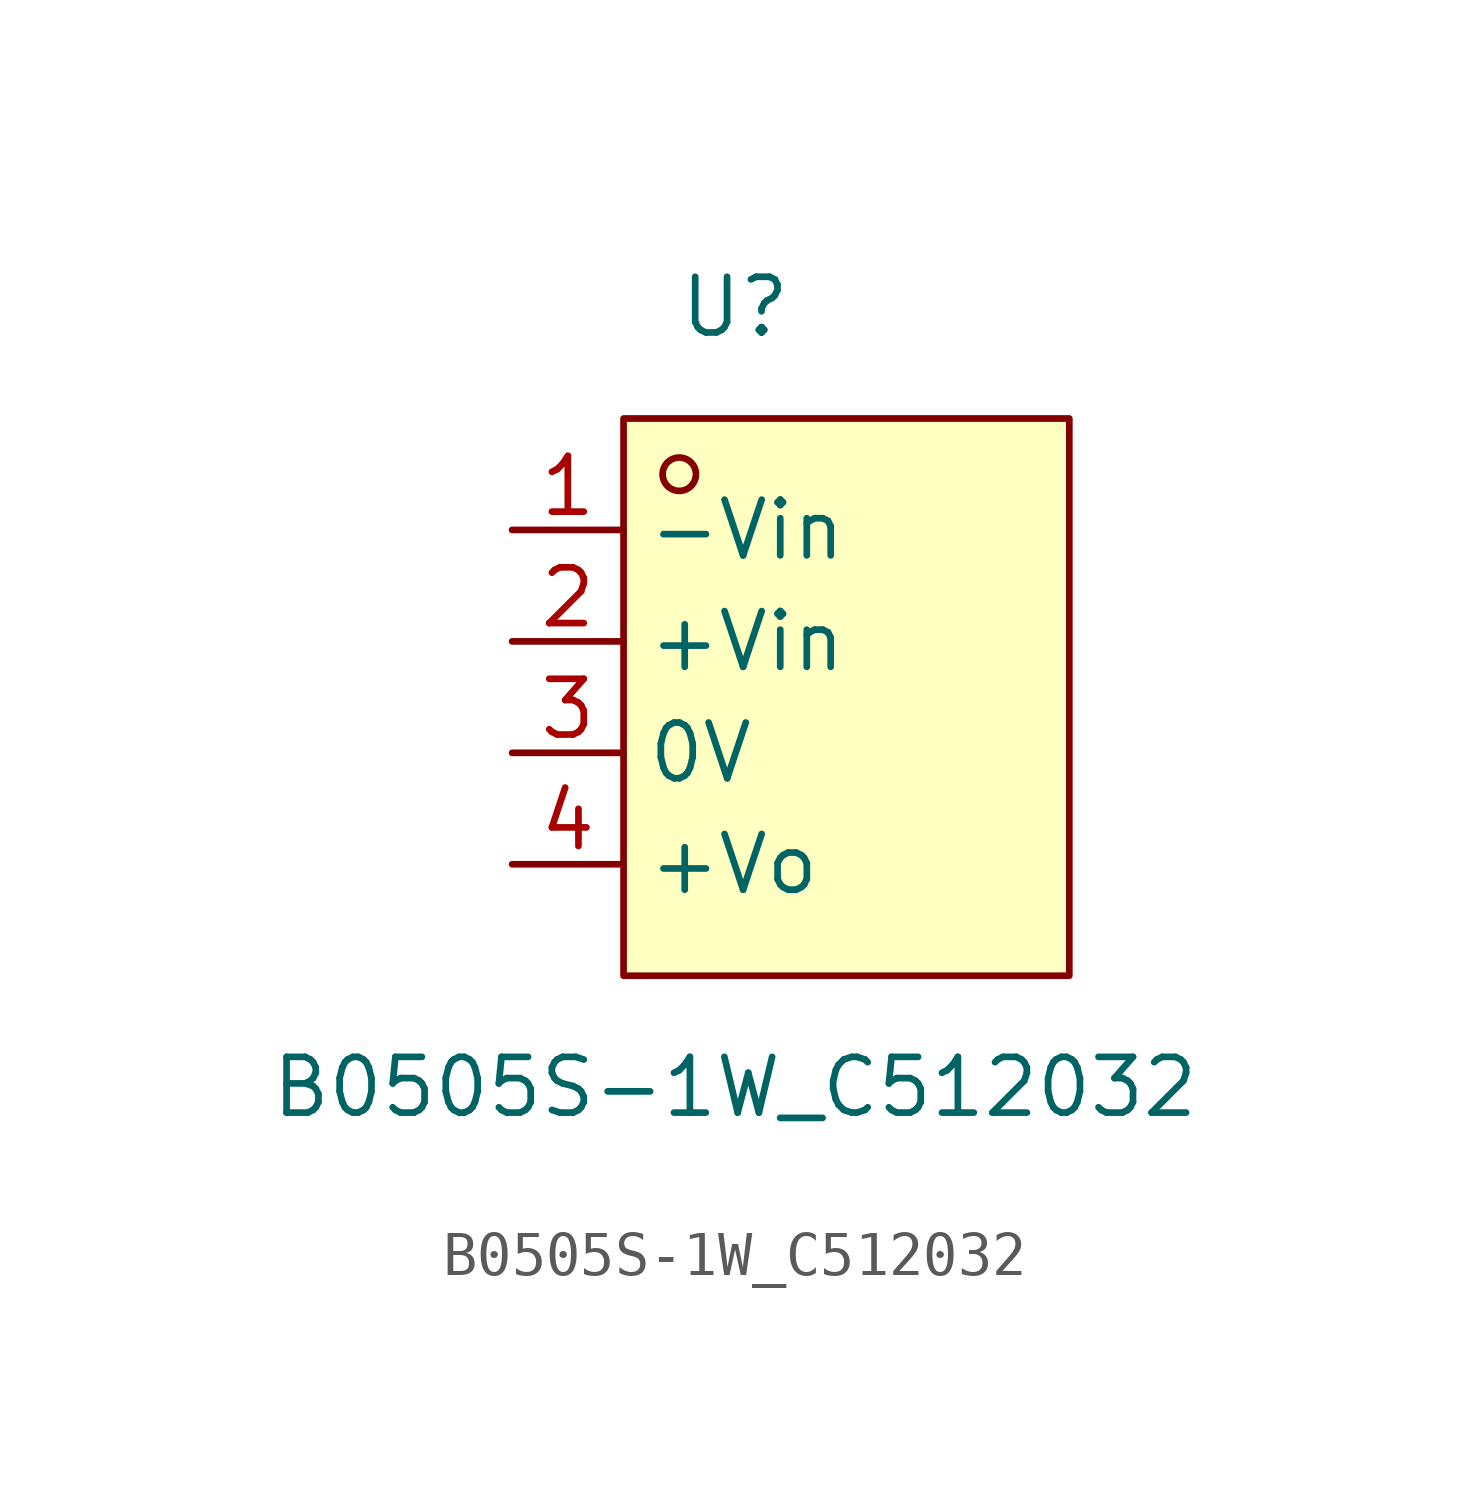
<source format=kicad_sym>
(kicad_symbol_lib
  (version 20211014)
  (generator https://github.com/uPesy/easyeda2kicad.py)
  (symbol "B0505S-1W_C512032"
    (property "Reference" "U"
      (at 0 10.16 0)
      (effects (font (size 1.27 1.27))))
    (property "Value" "B0505S-1W_C512032"
      (at 0 -7.62 0)
      (effects (font (size 1.27 1.27))))
    (symbol "B0505S-1W_C512032_0_1"
      (rectangle (start -2.54 7.62) (end 7.62 -5.08) (stroke (width 0) (type default) (color 0 0 0 0)) (fill (type background)))
      (circle (center -1.27 6.35) (radius 0.38) (stroke (width 0) (type default) (color 0 0 0 0)) (fill (type none)))
      (pin unspecified line (at -5.08 -2.54 0) (length 2.54) (name "+Vo" (effects (font (size 1.27 1.27)))) (number "4" (effects (font (size 1.27 1.27)))))
      (pin unspecified line (at -5.08 -0.00 0) (length 2.54) (name "0V" (effects (font (size 1.27 1.27)))) (number "3" (effects (font (size 1.27 1.27)))))
      (pin unspecified line (at -5.08 2.54 0) (length 2.54) (name "+Vin" (effects (font (size 1.27 1.27)))) (number "2" (effects (font (size 1.27 1.27)))))
      (pin unspecified line (at -5.08 5.08 0) (length 2.54) (name "-Vin" (effects (font (size 1.27 1.27)))) (number "1" (effects (font (size 1.27 1.27))))))))
</source>
